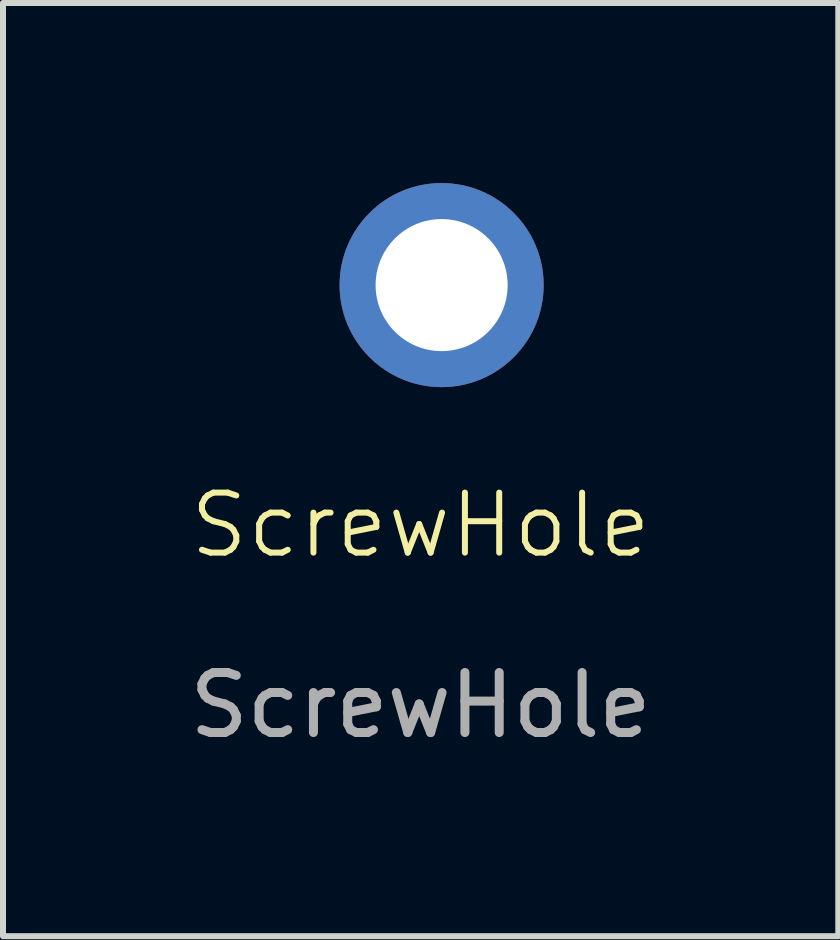
<source format=kicad_pcb>
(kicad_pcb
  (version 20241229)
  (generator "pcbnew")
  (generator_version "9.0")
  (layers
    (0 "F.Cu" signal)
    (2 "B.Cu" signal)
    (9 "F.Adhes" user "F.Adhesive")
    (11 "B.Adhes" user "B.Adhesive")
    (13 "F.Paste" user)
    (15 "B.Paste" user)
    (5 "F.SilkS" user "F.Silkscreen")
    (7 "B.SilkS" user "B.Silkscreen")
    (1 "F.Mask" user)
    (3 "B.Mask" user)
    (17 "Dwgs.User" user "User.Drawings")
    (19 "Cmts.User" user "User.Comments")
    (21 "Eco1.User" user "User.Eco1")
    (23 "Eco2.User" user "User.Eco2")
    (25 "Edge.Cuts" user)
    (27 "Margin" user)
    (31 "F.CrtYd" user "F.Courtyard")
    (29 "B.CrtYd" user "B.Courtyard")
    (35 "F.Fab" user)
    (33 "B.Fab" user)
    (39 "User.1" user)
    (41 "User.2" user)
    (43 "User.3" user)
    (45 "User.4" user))
  (footprint "ScrewHole"
    (layer "F.Cu")
    (at 4.308 1.7)
    (property "Reference" "ScrewHole" (at -0.35 4 0) (unlocked yes) (layer "F.SilkS") (effects (font (size 1 1) (thickness 0.1))))
    (attr through_hole)
    (fp_text user "${REFERENCE}" (at -0.35 7 0) (unlocked yes) (layer "F.Fab") (effects (font (size 1 1) (thickness 0.15))))
    (pad "" thru_hole circle (at 0 0) (size 3.4 3.4) (drill 2.2) (layers "*.Cu" "*.Mask")))
  (gr_rect
    (start -3 -3)
    (end 10.917 12.548)
    (stroke (width 0.1) (type default))
    (fill no)
    (layer "Edge.Cuts")))
</source>
